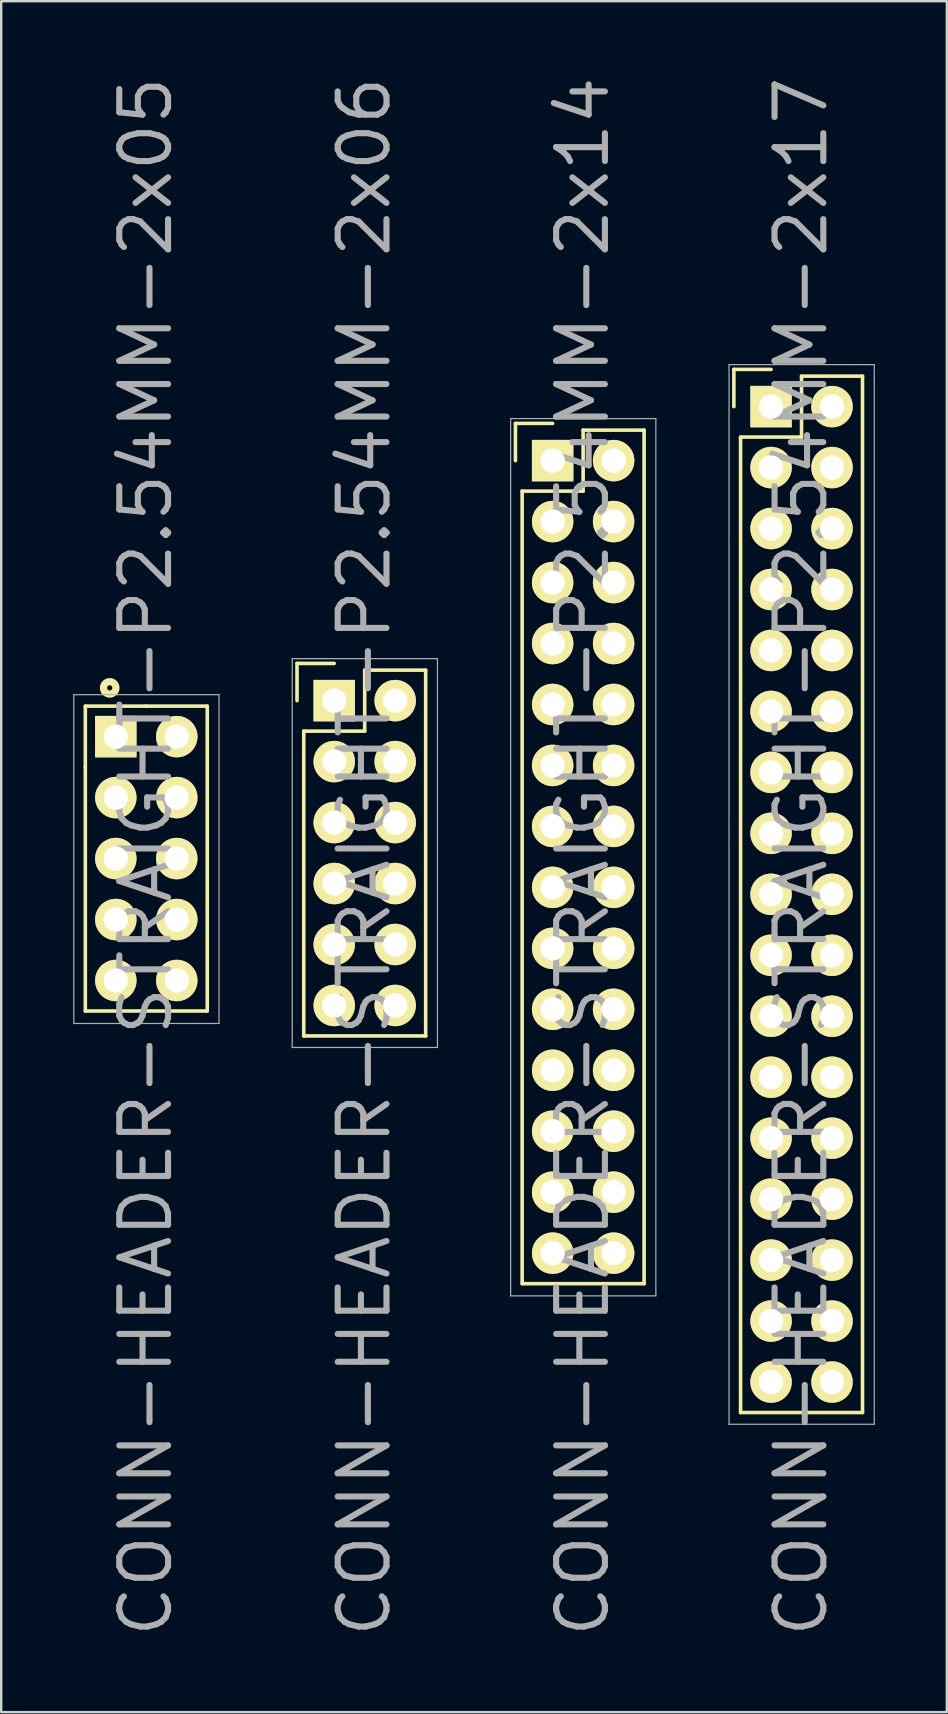
<source format=kicad_pcb>
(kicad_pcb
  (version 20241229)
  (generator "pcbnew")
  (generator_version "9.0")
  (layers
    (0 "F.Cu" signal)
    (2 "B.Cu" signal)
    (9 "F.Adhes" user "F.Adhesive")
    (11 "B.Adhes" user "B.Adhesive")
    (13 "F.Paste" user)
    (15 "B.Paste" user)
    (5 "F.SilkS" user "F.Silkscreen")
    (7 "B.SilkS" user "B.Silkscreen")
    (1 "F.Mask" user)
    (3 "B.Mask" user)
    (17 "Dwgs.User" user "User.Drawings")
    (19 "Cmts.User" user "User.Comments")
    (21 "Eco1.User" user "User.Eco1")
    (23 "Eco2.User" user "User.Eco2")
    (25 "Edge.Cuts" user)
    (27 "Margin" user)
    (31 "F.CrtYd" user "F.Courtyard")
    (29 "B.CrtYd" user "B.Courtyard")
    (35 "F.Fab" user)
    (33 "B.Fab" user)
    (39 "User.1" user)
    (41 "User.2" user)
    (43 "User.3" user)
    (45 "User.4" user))
  (footprint "CONN-HEADER-STRAIGHT-P2.54MM-2x06"
    (layer "F.Cu")
    (at 10.875 26.141)
    (property "Reference" "CONN-HEADER-STRAIGHT-P2.54MM-2x06" (at 1.25 6.5 90) (layer "F.Fab") (effects (font (size 2.032 2.032) (thickness 0.254))))
    (attr smd)
    (fp_line (start -1.55 -1.55) (end -1.55 0) (stroke (width 0.15) (type solid)) (layer "F.SilkS"))
    (fp_line (start -1.27 1.27) (end -1.27 13.97) (stroke (width 0.15) (type solid)) (layer "F.SilkS"))
    (fp_line (start 0 -1.55) (end -1.55 -1.55) (stroke (width 0.15) (type solid)) (layer "F.SilkS"))
    (fp_line (start 1.27 -1.27) (end 1.27 1.27) (stroke (width 0.15) (type solid)) (layer "F.SilkS"))
    (fp_line (start 1.27 1.27) (end -1.27 1.27) (stroke (width 0.15) (type solid)) (layer "F.SilkS"))
    (fp_line (start 3.81 -1.27) (end 1.27 -1.27) (stroke (width 0.15) (type solid)) (layer "F.SilkS"))
    (fp_line (start 3.81 13.97) (end -1.27 13.97) (stroke (width 0.15) (type solid)) (layer "F.SilkS"))
    (fp_line (start 3.81 13.97) (end 3.81 -1.27) (stroke (width 0.15) (type solid)) (layer "F.SilkS"))
    (fp_line (start -1.75 -1.75) (end -1.75 14.45) (stroke (width 0.05) (type solid)) (layer "F.Fab"))
    (fp_line (start -1.75 -1.75) (end 4.3 -1.75) (stroke (width 0.05) (type solid)) (layer "F.Fab"))
    (fp_line (start -1.75 14.45) (end 4.3 14.45) (stroke (width 0.05) (type solid)) (layer "F.Fab"))
    (fp_line (start 4.3 -1.75) (end 4.3 14.45) (stroke (width 0.05) (type solid)) (layer "F.Fab"))
    (pad "1" thru_hole rect (at 0 0) (size 1.727 1.727) (drill 1.016) (layers "*.Cu" "*.Mask" "F.SilkS"))
    (pad "2" thru_hole oval (at 2.54 0) (size 1.727 1.727) (drill 1.016) (layers "*.Cu" "*.Mask" "F.SilkS"))
    (pad "3" thru_hole oval (at 0 2.54) (size 1.727 1.727) (drill 1.016) (layers "*.Cu" "*.Mask" "F.SilkS"))
    (pad "4" thru_hole oval (at 2.54 2.54) (size 1.727 1.727) (drill 1.016) (layers "*.Cu" "*.Mask" "F.SilkS"))
    (pad "5" thru_hole oval (at 0 5.08) (size 1.727 1.727) (drill 1.016) (layers "*.Cu" "*.Mask" "F.SilkS"))
    (pad "6" thru_hole oval (at 2.54 5.08) (size 1.727 1.727) (drill 1.016) (layers "*.Cu" "*.Mask" "F.SilkS"))
    (pad "7" thru_hole oval (at 0 7.62) (size 1.727 1.727) (drill 1.016) (layers "*.Cu" "*.Mask" "F.SilkS"))
    (pad "8" thru_hole oval (at 2.54 7.62) (size 1.727 1.727) (drill 1.016) (layers "*.Cu" "*.Mask" "F.SilkS"))
    (pad "9" thru_hole oval (at 0 10.16) (size 1.727 1.727) (drill 1.016) (layers "*.Cu" "*.Mask" "F.SilkS"))
    (pad "10" thru_hole oval (at 2.54 10.16) (size 1.727 1.727) (drill 1.016) (layers "*.Cu" "*.Mask" "F.SilkS"))
    (pad "11" thru_hole oval (at 0 12.7) (size 1.727 1.727) (drill 1.016) (layers "*.Cu" "*.Mask" "F.SilkS"))
    (pad "12" thru_hole oval (at 2.54 12.7) (size 1.727 1.727) (drill 1.016) (layers "*.Cu" "*.Mask" "F.SilkS")))
  (footprint "CONN-HEADER-STRAIGHT-P2.54MM-2x05"
    (layer "F.Cu")
    (at 1.775 27.641)
    (property "Reference" "CONN-HEADER-STRAIGHT-P2.54MM-2x05" (at 1.25 5 90) (layer "F.Fab") (effects (font (size 2.032 2.032) (thickness 0.254))))
    (attr smd)
    (fp_line (start -1.27 -1.27) (end -1.27 1.27) (stroke (width 0.15) (type solid)) (layer "F.SilkS"))
    (fp_line (start -1.27 11.43) (end -1.27 1.27) (stroke (width 0.15) (type solid)) (layer "F.SilkS"))
    (fp_line (start 1.27 -1.27) (end -1.27 -1.27) (stroke (width 0.15) (type solid)) (layer "F.SilkS"))
    (fp_line (start 3.81 -1.27) (end 1.27 -1.27) (stroke (width 0.15) (type solid)) (layer "F.SilkS"))
    (fp_line (start 3.81 -1.27) (end 3.81 11.43) (stroke (width 0.15) (type solid)) (layer "F.SilkS"))
    (fp_line (start 3.81 11.43) (end -1.27 11.43) (stroke (width 0.15) (type solid)) (layer "F.SilkS"))
    (fp_circle (center -0.254 -2.032) (end 0.005 -2.032) (stroke (width 0.3) (type solid)) (fill no) (layer "F.SilkS"))
    (fp_line (start -1.75 -1.75) (end -1.75 11.95) (stroke (width 0.05) (type solid)) (layer "F.Fab"))
    (fp_line (start -1.75 -1.75) (end 4.3 -1.75) (stroke (width 0.05) (type solid)) (layer "F.Fab"))
    (fp_line (start -1.75 11.95) (end 4.3 11.95) (stroke (width 0.05) (type solid)) (layer "F.Fab"))
    (fp_line (start 4.3 -1.75) (end 4.3 11.95) (stroke (width 0.05) (type solid)) (layer "F.Fab"))
    (fp_circle (center 0 0) (end 0.259 0) (stroke (width 0.3) (type solid)) (fill no) (layer "F.Fab"))
    (pad "1" thru_hole rect (at 0 0) (size 1.727 1.727) (drill 1.016) (layers "*.Cu" "*.Mask" "F.SilkS"))
    (pad "2" thru_hole oval (at 2.54 0) (size 1.727 1.727) (drill 1.016) (layers "*.Cu" "*.Mask" "F.SilkS"))
    (pad "3" thru_hole oval (at 0 2.54) (size 1.727 1.727) (drill 1.016) (layers "*.Cu" "*.Mask" "F.SilkS"))
    (pad "4" thru_hole oval (at 2.54 2.54) (size 1.727 1.727) (drill 1.016) (layers "*.Cu" "*.Mask" "F.SilkS"))
    (pad "5" thru_hole oval (at 0 5.08) (size 1.727 1.727) (drill 1.016) (layers "*.Cu" "*.Mask" "F.SilkS"))
    (pad "6" thru_hole oval (at 2.54 5.08) (size 1.727 1.727) (drill 1.016) (layers "*.Cu" "*.Mask" "F.SilkS"))
    (pad "7" thru_hole oval (at 0 7.62) (size 1.727 1.727) (drill 1.016) (layers "*.Cu" "*.Mask" "F.SilkS"))
    (pad "8" thru_hole oval (at 2.54 7.62) (size 1.727 1.727) (drill 1.016) (layers "*.Cu" "*.Mask" "F.SilkS"))
    (pad "9" thru_hole oval (at 0 10.16) (size 1.727 1.727) (drill 1.016) (layers "*.Cu" "*.Mask" "F.SilkS"))
    (pad "10" thru_hole oval (at 2.54 10.16) (size 1.727 1.727) (drill 1.016) (layers "*.Cu" "*.Mask" "F.SilkS")))
  (footprint "CONN-HEADER-STRAIGHT-P2.54MM-2x14"
    (layer "F.Cu")
    (at 19.975 16.141)
    (property "Reference" "CONN-HEADER-STRAIGHT-P2.54MM-2x14" (at 1.25 16.5 90) (layer "F.Fab") (effects (font (size 2.032 2.032) (thickness 0.254))))
    (attr smd)
    (fp_line (start -1.55 -1.55) (end -1.55 0) (stroke (width 0.15) (type solid)) (layer "F.SilkS"))
    (fp_line (start -1.27 1.27) (end -1.27 34.29) (stroke (width 0.15) (type solid)) (layer "F.SilkS"))
    (fp_line (start 0 -1.55) (end -1.55 -1.55) (stroke (width 0.15) (type solid)) (layer "F.SilkS"))
    (fp_line (start 1.27 -1.27) (end 1.27 1.27) (stroke (width 0.15) (type solid)) (layer "F.SilkS"))
    (fp_line (start 1.27 1.27) (end -1.27 1.27) (stroke (width 0.15) (type solid)) (layer "F.SilkS"))
    (fp_line (start 3.81 -1.27) (end 1.27 -1.27) (stroke (width 0.15) (type solid)) (layer "F.SilkS"))
    (fp_line (start 3.81 34.29) (end -1.27 34.29) (stroke (width 0.15) (type solid)) (layer "F.SilkS"))
    (fp_line (start 3.81 34.29) (end 3.81 -1.27) (stroke (width 0.15) (type solid)) (layer "F.SilkS"))
    (fp_line (start -1.75 -1.75) (end -1.75 34.8) (stroke (width 0.05) (type solid)) (layer "F.Fab"))
    (fp_line (start -1.75 -1.75) (end 4.3 -1.75) (stroke (width 0.05) (type solid)) (layer "F.Fab"))
    (fp_line (start -1.75 34.8) (end 4.3 34.8) (stroke (width 0.05) (type solid)) (layer "F.Fab"))
    (fp_line (start 4.3 -1.75) (end 4.3 34.8) (stroke (width 0.05) (type solid)) (layer "F.Fab"))
    (pad "1" thru_hole rect (at 0 0) (size 1.727 1.727) (drill 1.016) (layers "*.Cu" "*.Mask" "F.SilkS"))
    (pad "2" thru_hole oval (at 2.54 0) (size 1.727 1.727) (drill 1.016) (layers "*.Cu" "*.Mask" "F.SilkS"))
    (pad "3" thru_hole oval (at 0 2.54) (size 1.727 1.727) (drill 1.016) (layers "*.Cu" "*.Mask" "F.SilkS"))
    (pad "4" thru_hole oval (at 2.54 2.54) (size 1.727 1.727) (drill 1.016) (layers "*.Cu" "*.Mask" "F.SilkS"))
    (pad "5" thru_hole oval (at 0 5.08) (size 1.727 1.727) (drill 1.016) (layers "*.Cu" "*.Mask" "F.SilkS"))
    (pad "6" thru_hole oval (at 2.54 5.08) (size 1.727 1.727) (drill 1.016) (layers "*.Cu" "*.Mask" "F.SilkS"))
    (pad "7" thru_hole oval (at 0 7.62) (size 1.727 1.727) (drill 1.016) (layers "*.Cu" "*.Mask" "F.SilkS"))
    (pad "8" thru_hole oval (at 2.54 7.62) (size 1.727 1.727) (drill 1.016) (layers "*.Cu" "*.Mask" "F.SilkS"))
    (pad "9" thru_hole oval (at 0 10.16) (size 1.727 1.727) (drill 1.016) (layers "*.Cu" "*.Mask" "F.SilkS"))
    (pad "10" thru_hole oval (at 2.54 10.16) (size 1.727 1.727) (drill 1.016) (layers "*.Cu" "*.Mask" "F.SilkS"))
    (pad "11" thru_hole oval (at 0 12.7) (size 1.727 1.727) (drill 1.016) (layers "*.Cu" "*.Mask" "F.SilkS"))
    (pad "12" thru_hole oval (at 2.54 12.7) (size 1.727 1.727) (drill 1.016) (layers "*.Cu" "*.Mask" "F.SilkS"))
    (pad "13" thru_hole oval (at 0 15.24) (size 1.727 1.727) (drill 1.016) (layers "*.Cu" "*.Mask" "F.SilkS"))
    (pad "14" thru_hole oval (at 2.54 15.24) (size 1.727 1.727) (drill 1.016) (layers "*.Cu" "*.Mask" "F.SilkS"))
    (pad "15" thru_hole oval (at 0 17.78) (size 1.727 1.727) (drill 1.016) (layers "*.Cu" "*.Mask" "F.SilkS"))
    (pad "16" thru_hole oval (at 2.54 17.78) (size 1.727 1.727) (drill 1.016) (layers "*.Cu" "*.Mask" "F.SilkS"))
    (pad "17" thru_hole oval (at 0 20.32) (size 1.727 1.727) (drill 1.016) (layers "*.Cu" "*.Mask" "F.SilkS"))
    (pad "18" thru_hole oval (at 2.54 20.32) (size 1.727 1.727) (drill 1.016) (layers "*.Cu" "*.Mask" "F.SilkS"))
    (pad "19" thru_hole oval (at 0 22.86) (size 1.727 1.727) (drill 1.016) (layers "*.Cu" "*.Mask" "F.SilkS"))
    (pad "20" thru_hole oval (at 2.54 22.86) (size 1.727 1.727) (drill 1.016) (layers "*.Cu" "*.Mask" "F.SilkS"))
    (pad "21" thru_hole oval (at 0 25.4) (size 1.727 1.727) (drill 1.016) (layers "*.Cu" "*.Mask" "F.SilkS"))
    (pad "22" thru_hole oval (at 2.54 25.4) (size 1.727 1.727) (drill 1.016) (layers "*.Cu" "*.Mask" "F.SilkS"))
    (pad "23" thru_hole oval (at 0 27.94) (size 1.727 1.727) (drill 1.016) (layers "*.Cu" "*.Mask" "F.SilkS"))
    (pad "24" thru_hole oval (at 2.54 27.94) (size 1.727 1.727) (drill 1.016) (layers "*.Cu" "*.Mask" "F.SilkS"))
    (pad "25" thru_hole oval (at 0 30.48) (size 1.727 1.727) (drill 1.016) (layers "*.Cu" "*.Mask" "F.SilkS"))
    (pad "26" thru_hole oval (at 2.54 30.48) (size 1.727 1.727) (drill 1.016) (layers "*.Cu" "*.Mask" "F.SilkS"))
    (pad "27" thru_hole oval (at 0 33.02) (size 1.727 1.727) (drill 1.016) (layers "*.Cu" "*.Mask" "F.SilkS"))
    (pad "28" thru_hole oval (at 2.54 33.02) (size 1.727 1.727) (drill 1.016) (layers "*.Cu" "*.Mask" "F.SilkS")))
  (footprint "CONN-HEADER-STRAIGHT-P2.54MM-2x17"
    (layer "F.Cu")
    (at 29.075 13.891)
    (property "Reference" "CONN-HEADER-STRAIGHT-P2.54MM-2x17" (at 1.25 18.75 90) (layer "F.Fab") (effects (font (size 2.032 2.032) (thickness 0.254))))
    (attr smd)
    (fp_line (start -1.55 -1.55) (end -1.55 0) (stroke (width 0.15) (type solid)) (layer "F.SilkS"))
    (fp_line (start -1.27 1.27) (end -1.27 41.91) (stroke (width 0.15) (type solid)) (layer "F.SilkS"))
    (fp_line (start 0 -1.55) (end -1.55 -1.55) (stroke (width 0.15) (type solid)) (layer "F.SilkS"))
    (fp_line (start 1.27 -1.27) (end 1.27 1.27) (stroke (width 0.15) (type solid)) (layer "F.SilkS"))
    (fp_line (start 1.27 1.27) (end -1.27 1.27) (stroke (width 0.15) (type solid)) (layer "F.SilkS"))
    (fp_line (start 3.81 -1.27) (end 1.27 -1.27) (stroke (width 0.15) (type solid)) (layer "F.SilkS"))
    (fp_line (start 3.81 41.91) (end -1.27 41.91) (stroke (width 0.15) (type solid)) (layer "F.SilkS"))
    (fp_line (start 3.81 41.91) (end 3.81 -1.27) (stroke (width 0.15) (type solid)) (layer "F.SilkS"))
    (fp_line (start -1.75 -1.75) (end -1.75 42.4) (stroke (width 0.05) (type solid)) (layer "F.Fab"))
    (fp_line (start -1.75 -1.75) (end 4.3 -1.75) (stroke (width 0.05) (type solid)) (layer "F.Fab"))
    (fp_line (start -1.75 42.4) (end 4.3 42.4) (stroke (width 0.05) (type solid)) (layer "F.Fab"))
    (fp_line (start 4.3 -1.75) (end 4.3 42.4) (stroke (width 0.05) (type solid)) (layer "F.Fab"))
    (pad "1" thru_hole rect (at 0 0) (size 1.727 1.727) (drill 1.016) (layers "*.Cu" "*.Mask" "F.SilkS"))
    (pad "2" thru_hole oval (at 2.54 0) (size 1.727 1.727) (drill 1.016) (layers "*.Cu" "*.Mask" "F.SilkS"))
    (pad "3" thru_hole oval (at 0 2.54) (size 1.727 1.727) (drill 1.016) (layers "*.Cu" "*.Mask" "F.SilkS"))
    (pad "4" thru_hole oval (at 2.54 2.54) (size 1.727 1.727) (drill 1.016) (layers "*.Cu" "*.Mask" "F.SilkS"))
    (pad "5" thru_hole oval (at 0 5.08) (size 1.727 1.727) (drill 1.016) (layers "*.Cu" "*.Mask" "F.SilkS"))
    (pad "6" thru_hole oval (at 2.54 5.08) (size 1.727 1.727) (drill 1.016) (layers "*.Cu" "*.Mask" "F.SilkS"))
    (pad "7" thru_hole oval (at 0 7.62) (size 1.727 1.727) (drill 1.016) (layers "*.Cu" "*.Mask" "F.SilkS"))
    (pad "8" thru_hole oval (at 2.54 7.62) (size 1.727 1.727) (drill 1.016) (layers "*.Cu" "*.Mask" "F.SilkS"))
    (pad "9" thru_hole oval (at 0 10.16) (size 1.727 1.727) (drill 1.016) (layers "*.Cu" "*.Mask" "F.SilkS"))
    (pad "10" thru_hole oval (at 2.54 10.16) (size 1.727 1.727) (drill 1.016) (layers "*.Cu" "*.Mask" "F.SilkS"))
    (pad "11" thru_hole oval (at 0 12.7) (size 1.727 1.727) (drill 1.016) (layers "*.Cu" "*.Mask" "F.SilkS"))
    (pad "12" thru_hole oval (at 2.54 12.7) (size 1.727 1.727) (drill 1.016) (layers "*.Cu" "*.Mask" "F.SilkS"))
    (pad "13" thru_hole oval (at 0 15.24) (size 1.727 1.727) (drill 1.016) (layers "*.Cu" "*.Mask" "F.SilkS"))
    (pad "14" thru_hole oval (at 2.54 15.24) (size 1.727 1.727) (drill 1.016) (layers "*.Cu" "*.Mask" "F.SilkS"))
    (pad "15" thru_hole oval (at 0 17.78) (size 1.727 1.727) (drill 1.016) (layers "*.Cu" "*.Mask" "F.SilkS"))
    (pad "16" thru_hole oval (at 2.54 17.78) (size 1.727 1.727) (drill 1.016) (layers "*.Cu" "*.Mask" "F.SilkS"))
    (pad "17" thru_hole oval (at 0 20.32) (size 1.727 1.727) (drill 1.016) (layers "*.Cu" "*.Mask" "F.SilkS"))
    (pad "18" thru_hole oval (at 2.54 20.32) (size 1.727 1.727) (drill 1.016) (layers "*.Cu" "*.Mask" "F.SilkS"))
    (pad "19" thru_hole oval (at 0 22.86) (size 1.727 1.727) (drill 1.016) (layers "*.Cu" "*.Mask" "F.SilkS"))
    (pad "20" thru_hole oval (at 2.54 22.86) (size 1.727 1.727) (drill 1.016) (layers "*.Cu" "*.Mask" "F.SilkS"))
    (pad "21" thru_hole oval (at 0 25.4) (size 1.727 1.727) (drill 1.016) (layers "*.Cu" "*.Mask" "F.SilkS"))
    (pad "22" thru_hole oval (at 2.54 25.4) (size 1.727 1.727) (drill 1.016) (layers "*.Cu" "*.Mask" "F.SilkS"))
    (pad "23" thru_hole oval (at 0 27.94) (size 1.727 1.727) (drill 1.016) (layers "*.Cu" "*.Mask" "F.SilkS"))
    (pad "24" thru_hole oval (at 2.54 27.94) (size 1.727 1.727) (drill 1.016) (layers "*.Cu" "*.Mask" "F.SilkS"))
    (pad "25" thru_hole oval (at 0 30.48) (size 1.727 1.727) (drill 1.016) (layers "*.Cu" "*.Mask" "F.SilkS"))
    (pad "26" thru_hole oval (at 2.54 30.48) (size 1.727 1.727) (drill 1.016) (layers "*.Cu" "*.Mask" "F.SilkS"))
    (pad "27" thru_hole oval (at 0 33.02) (size 1.727 1.727) (drill 1.016) (layers "*.Cu" "*.Mask" "F.SilkS"))
    (pad "28" thru_hole oval (at 2.54 33.02) (size 1.727 1.727) (drill 1.016) (layers "*.Cu" "*.Mask" "F.SilkS"))
    (pad "29" thru_hole oval (at 0 35.56) (size 1.727 1.727) (drill 1.016) (layers "*.Cu" "*.Mask" "F.SilkS"))
    (pad "30" thru_hole oval (at 2.54 35.56) (size 1.727 1.727) (drill 1.016) (layers "*.Cu" "*.Mask" "F.SilkS"))
    (pad "31" thru_hole oval (at 0 38.1) (size 1.727 1.727) (drill 1.016) (layers "*.Cu" "*.Mask" "F.SilkS"))
    (pad "32" thru_hole oval (at 2.54 38.1) (size 1.727 1.727) (drill 1.016) (layers "*.Cu" "*.Mask" "F.SilkS"))
    (pad "33" thru_hole oval (at 0 40.64) (size 1.727 1.727) (drill 1.016) (layers "*.Cu" "*.Mask" "F.SilkS"))
    (pad "34" thru_hole oval (at 2.54 40.64) (size 1.727 1.727) (drill 1.016) (layers "*.Cu" "*.Mask" "F.SilkS")))
  (gr_rect
    (start -3 -3)
    (end 36.4 68.283)
    (stroke (width 0.1) (type default))
    (fill no)
    (layer "Edge.Cuts")))
</source>
